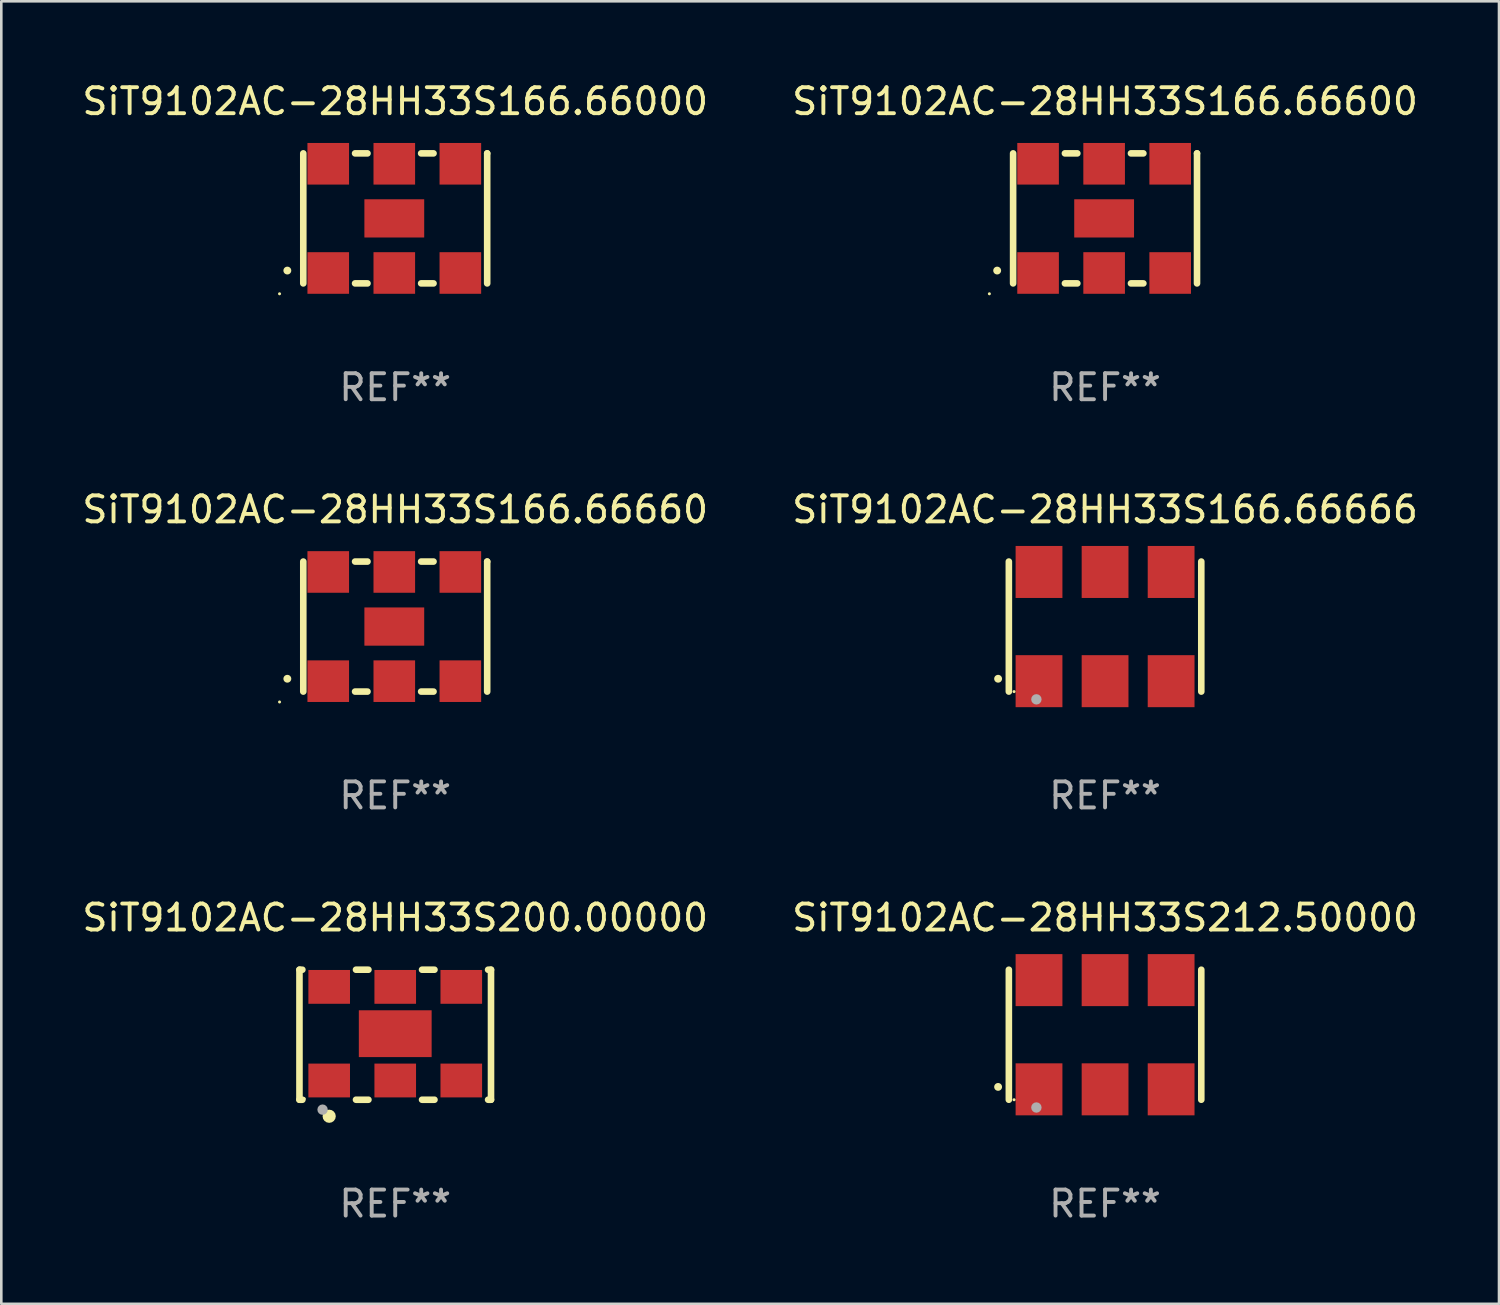
<source format=kicad_pcb>
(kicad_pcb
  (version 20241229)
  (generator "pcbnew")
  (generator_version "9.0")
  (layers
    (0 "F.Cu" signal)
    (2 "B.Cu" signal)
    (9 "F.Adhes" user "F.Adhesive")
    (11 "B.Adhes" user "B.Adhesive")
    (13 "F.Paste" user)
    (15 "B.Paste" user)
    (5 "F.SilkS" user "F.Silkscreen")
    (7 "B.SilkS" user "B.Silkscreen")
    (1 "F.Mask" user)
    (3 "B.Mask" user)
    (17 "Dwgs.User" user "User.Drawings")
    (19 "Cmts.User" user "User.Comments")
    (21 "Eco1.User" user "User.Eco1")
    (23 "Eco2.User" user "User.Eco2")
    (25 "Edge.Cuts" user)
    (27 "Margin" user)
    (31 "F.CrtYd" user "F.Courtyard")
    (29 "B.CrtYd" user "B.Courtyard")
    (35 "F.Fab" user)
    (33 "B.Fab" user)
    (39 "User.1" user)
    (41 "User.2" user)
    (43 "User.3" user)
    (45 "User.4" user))
  (footprint "SiT9102AC-28HH33S212.50000"
    (layer "F.Cu")
    (at 39.446 36.741)
    (property "Reference" "SiT9102AC-28HH33S212.50000" (at 0 -4.5 0) (layer "F.SilkS") (effects (font (size 1 1) (thickness 0.15))))
    (attr through_hole)
    (fp_line (start -3.7 -2.5) (end -3.7 2.5) (stroke (width 0.254) (type solid)) (layer "F.SilkS"))
    (fp_line (start 3.7 -2.5) (end 3.7 2.5) (stroke (width 0.254) (type solid)) (layer "F.SilkS"))
    (fp_arc (start -4.114415 2.006604) (mid -4.113145 2.006599) (end -4.111875 2.006604) (stroke (width 0.3) (type solid)) (layer "F.SilkS"))
    (fp_circle (center -3.5 2.501) (end -3.47 2.501) (stroke (width 0.06) (type solid)) (fill no) (layer "F.SilkS"))
    (fp_circle (center -2.641 2.799) (end -2.541 2.799) (stroke (width 0.2) (type solid)) (fill no) (layer "F.Fab"))
    (fp_text user "REF**" (at 0 6.5 0) (layer "F.Fab") (effects (font (size 1 1) (thickness 0.15))))
    (pad "1" smd rect (at -2.54 2.1) (size 1.8 2) (layers "F.Cu" "F.Mask" "F.Paste"))
    (pad "2" smd rect (at 0.000394 2.1) (size 1.8 2) (layers "F.Cu" "F.Mask" "F.Paste"))
    (pad "3" smd rect (at 2.54 2.1) (size 1.8 2) (layers "F.Cu" "F.Mask" "F.Paste"))
    (pad "4" smd rect (at 2.54 -2.1) (size 1.8 2) (layers "F.Cu" "F.Mask" "F.Paste"))
    (pad "5" smd rect (at 0.000394 -2.1) (size 1.8 2) (layers "F.Cu" "F.Mask" "F.Paste"))
    (pad "6" smd rect (at -2.54 -2.1) (size 1.8 2) (layers "F.Cu" "F.Mask" "F.Paste")))
  (footprint "SiT9102AC-28HH33S166.66000"
    (layer "F.Cu")
    (at 12.149 5.348)
    (property "Reference" "SiT9102AC-28HH33S166.66000" (at 0 -4.5 0) (layer "F.SilkS") (effects (font (size 1 1) (thickness 0.15))))
    (attr through_hole)
    (fp_line (start -3.536 -2.5) (end -3.536 2.5) (stroke (width 0.254) (type solid)) (layer "F.SilkS"))
    (fp_line (start -1.544 2.5) (end -1.067 2.5) (stroke (width 0.254) (type solid)) (layer "F.SilkS"))
    (fp_line (start -1.067 -2.5) (end -1.544 -2.5) (stroke (width 0.254) (type solid)) (layer "F.SilkS"))
    (fp_line (start 0.996 2.5) (end 1.473 2.5) (stroke (width 0.254) (type solid)) (layer "F.SilkS"))
    (fp_line (start 1.473 -2.5) (end 0.996 -2.5) (stroke (width 0.254) (type solid)) (layer "F.SilkS"))
    (fp_line (start 3.536 -2.5) (end 3.536 -2.5) (stroke (width 0.254) (type solid)) (layer "F.SilkS"))
    (fp_line (start 3.536 2.5) (end 3.536 -2.5) (stroke (width 0.254) (type solid)) (layer "F.SilkS"))
    (fp_arc (start -4.150432 2.006604) (mid -4.149162 2.006599) (end -4.147892 2.006604) (stroke (width 0.3) (type solid)) (layer "F.SilkS"))
    (fp_circle (center -4.449 2.9) (end -4.419 2.9) (stroke (width 0.06) (type solid)) (fill no) (layer "F.SilkS"))
    (fp_text user "REF**" (at 0 6.5 0) (layer "F.Fab") (effects (font (size 1 1) (thickness 0.15))))
    (pad "1" smd rect (at -2.576 2.1) (size 1.6 1.6) (layers "F.Cu" "F.Mask" "F.Paste"))
    (pad "2" smd rect (at -0.036 2.1) (size 1.6 1.6) (layers "F.Cu" "F.Mask" "F.Paste"))
    (pad "3" smd rect (at 2.504 2.1) (size 1.6 1.6) (layers "F.Cu" "F.Mask" "F.Paste"))
    (pad "4" smd rect (at 2.504 -2.1) (size 1.6 1.6) (layers "F.Cu" "F.Mask" "F.Paste"))
    (pad "5" smd rect (at -0.036 -2.1) (size 1.6 1.6) (layers "F.Cu" "F.Mask" "F.Paste"))
    (pad "6" smd rect (at -2.576 -2.1) (size 1.6 1.6) (layers "F.Cu" "F.Mask" "F.Paste"))
    (pad "7" smd rect (at -0.036 0) (size 2.3 1.47) (layers "F.Cu" "F.Mask" "F.Paste")))
  (footprint "SiT9102AC-28HH33S200.00000"
    (layer "F.Cu")
    (at 12.149 36.741)
    (property "Reference" "SiT9102AC-28HH33S200.00000" (at 0 -4.5 0) (layer "F.SilkS") (effects (font (size 1 1) (thickness 0.15))))
    (attr through_hole)
    (fp_line (start -3.683 -2.5) (end -3.571 -2.5) (stroke (width 0.254) (type solid)) (layer "F.SilkS"))
    (fp_line (start -3.683 2.5) (end -3.683 -2.5) (stroke (width 0.254) (type solid)) (layer "F.SilkS"))
    (fp_line (start -3.683 2.5) (end -3.571 2.5) (stroke (width 0.254) (type solid)) (layer "F.SilkS"))
    (fp_line (start -1.509 -2.5) (end -1.031 -2.5) (stroke (width 0.254) (type solid)) (layer "F.SilkS"))
    (fp_line (start -1.509 2.5) (end -1.031 2.5) (stroke (width 0.254) (type solid)) (layer "F.SilkS"))
    (fp_line (start 1.031 -2.5) (end 1.509 -2.5) (stroke (width 0.254) (type solid)) (layer "F.SilkS"))
    (fp_line (start 1.031 2.5) (end 1.509 2.5) (stroke (width 0.254) (type solid)) (layer "F.SilkS"))
    (fp_line (start 3.571 -2.5) (end 3.683 -2.5) (stroke (width 0.254) (type solid)) (layer "F.SilkS"))
    (fp_line (start 3.571 2.5) (end 3.683 2.5) (stroke (width 0.254) (type solid)) (layer "F.SilkS"))
    (fp_line (start 3.683 2.5) (end 3.683 -2.5) (stroke (width 0.254) (type solid)) (layer "F.SilkS"))
    (fp_circle (center -3.5 2.46) (end -3.47 2.46) (stroke (width 0.06) (type solid)) (fill no) (layer "F.SilkS"))
    (fp_circle (center -2.54 3.135) (end -2.413 3.135) (stroke (width 0.254) (type solid)) (fill no) (layer "F.SilkS"))
    (fp_circle (center -2.794 2.881) (end -2.694 2.881) (stroke (width 0.2) (type solid)) (fill no) (layer "F.Fab"))
    (fp_text user "REF**" (at 0 6.5 0) (layer "F.Fab") (effects (font (size 1 1) (thickness 0.15))))
    (pad "1" smd rect (at -2.54 1.76) (size 1.6 1.3) (layers "F.Cu" "F.Mask" "F.Paste"))
    (pad "2" smd rect (at 0 1.76) (size 1.6 1.3) (layers "F.Cu" "F.Mask" "F.Paste"))
    (pad "3" smd rect (at 2.54 1.76) (size 1.6 1.3) (layers "F.Cu" "F.Mask" "F.Paste"))
    (pad "4" smd rect (at 2.54 -1.84) (size 1.6 1.3) (layers "F.Cu" "F.Mask" "F.Paste"))
    (pad "5" smd rect (at 0 -1.84) (size 1.6 1.3) (layers "F.Cu" "F.Mask" "F.Paste"))
    (pad "6" smd rect (at -2.54 -1.84) (size 1.6 1.3) (layers "F.Cu" "F.Mask" "F.Paste"))
    (pad "7" smd rect (at 0 -0.04) (size 2.8 1.8) (layers "F.Cu" "F.Mask" "F.Paste")))
  (footprint "SiT9102AC-28HH33S166.66666"
    (layer "F.Cu")
    (at 39.446 21.045)
    (property "Reference" "SiT9102AC-28HH33S166.66666" (at 0 -4.5 0) (layer "F.SilkS") (effects (font (size 1 1) (thickness 0.15))))
    (attr through_hole)
    (fp_line (start -3.7 -2.5) (end -3.7 2.5) (stroke (width 0.254) (type solid)) (layer "F.SilkS"))
    (fp_line (start 3.7 -2.5) (end 3.7 2.5) (stroke (width 0.254) (type solid)) (layer "F.SilkS"))
    (fp_arc (start -4.114415 2.006604) (mid -4.113145 2.006599) (end -4.111875 2.006604) (stroke (width 0.3) (type solid)) (layer "F.SilkS"))
    (fp_circle (center -3.5 2.501) (end -3.47 2.501) (stroke (width 0.06) (type solid)) (fill no) (layer "F.SilkS"))
    (fp_circle (center -2.641 2.799) (end -2.541 2.799) (stroke (width 0.2) (type solid)) (fill no) (layer "F.Fab"))
    (fp_text user "REF**" (at 0 6.5 0) (layer "F.Fab") (effects (font (size 1 1) (thickness 0.15))))
    (pad "1" smd rect (at -2.54 2.1) (size 1.8 2) (layers "F.Cu" "F.Mask" "F.Paste"))
    (pad "2" smd rect (at 0.000394 2.1) (size 1.8 2) (layers "F.Cu" "F.Mask" "F.Paste"))
    (pad "3" smd rect (at 2.54 2.1) (size 1.8 2) (layers "F.Cu" "F.Mask" "F.Paste"))
    (pad "4" smd rect (at 2.54 -2.1) (size 1.8 2) (layers "F.Cu" "F.Mask" "F.Paste"))
    (pad "5" smd rect (at 0.000394 -2.1) (size 1.8 2) (layers "F.Cu" "F.Mask" "F.Paste"))
    (pad "6" smd rect (at -2.54 -2.1) (size 1.8 2) (layers "F.Cu" "F.Mask" "F.Paste")))
  (footprint "SiT9102AC-28HH33S166.66660"
    (layer "F.Cu")
    (at 12.149 21.045)
    (property "Reference" "SiT9102AC-28HH33S166.66660" (at 0 -4.5 0) (layer "F.SilkS") (effects (font (size 1 1) (thickness 0.15))))
    (attr through_hole)
    (fp_line (start -3.536 -2.5) (end -3.536 2.5) (stroke (width 0.254) (type solid)) (layer "F.SilkS"))
    (fp_line (start -1.544 2.5) (end -1.067 2.5) (stroke (width 0.254) (type solid)) (layer "F.SilkS"))
    (fp_line (start -1.067 -2.5) (end -1.544 -2.5) (stroke (width 0.254) (type solid)) (layer "F.SilkS"))
    (fp_line (start 0.996 2.5) (end 1.473 2.5) (stroke (width 0.254) (type solid)) (layer "F.SilkS"))
    (fp_line (start 1.473 -2.5) (end 0.996 -2.5) (stroke (width 0.254) (type solid)) (layer "F.SilkS"))
    (fp_line (start 3.536 -2.5) (end 3.536 -2.5) (stroke (width 0.254) (type solid)) (layer "F.SilkS"))
    (fp_line (start 3.536 2.5) (end 3.536 -2.5) (stroke (width 0.254) (type solid)) (layer "F.SilkS"))
    (fp_arc (start -4.150432 2.006604) (mid -4.149162 2.006599) (end -4.147892 2.006604) (stroke (width 0.3) (type solid)) (layer "F.SilkS"))
    (fp_circle (center -4.449 2.9) (end -4.419 2.9) (stroke (width 0.06) (type solid)) (fill no) (layer "F.SilkS"))
    (fp_text user "REF**" (at 0 6.5 0) (layer "F.Fab") (effects (font (size 1 1) (thickness 0.15))))
    (pad "1" smd rect (at -2.576 2.1) (size 1.6 1.6) (layers "F.Cu" "F.Mask" "F.Paste"))
    (pad "2" smd rect (at -0.036 2.1) (size 1.6 1.6) (layers "F.Cu" "F.Mask" "F.Paste"))
    (pad "3" smd rect (at 2.504 2.1) (size 1.6 1.6) (layers "F.Cu" "F.Mask" "F.Paste"))
    (pad "4" smd rect (at 2.504 -2.1) (size 1.6 1.6) (layers "F.Cu" "F.Mask" "F.Paste"))
    (pad "5" smd rect (at -0.036 -2.1) (size 1.6 1.6) (layers "F.Cu" "F.Mask" "F.Paste"))
    (pad "6" smd rect (at -2.576 -2.1) (size 1.6 1.6) (layers "F.Cu" "F.Mask" "F.Paste"))
    (pad "7" smd rect (at -0.036 0) (size 2.3 1.47) (layers "F.Cu" "F.Mask" "F.Paste")))
  (footprint "SiT9102AC-28HH33S166.66600"
    (layer "F.Cu")
    (at 39.446 5.348)
    (property "Reference" "SiT9102AC-28HH33S166.66600" (at 0 -4.5 0) (layer "F.SilkS") (effects (font (size 1 1) (thickness 0.15))))
    (attr through_hole)
    (fp_line (start -3.536 -2.5) (end -3.536 2.5) (stroke (width 0.254) (type solid)) (layer "F.SilkS"))
    (fp_line (start -1.544 2.5) (end -1.067 2.5) (stroke (width 0.254) (type solid)) (layer "F.SilkS"))
    (fp_line (start -1.067 -2.5) (end -1.544 -2.5) (stroke (width 0.254) (type solid)) (layer "F.SilkS"))
    (fp_line (start 0.996 2.5) (end 1.473 2.5) (stroke (width 0.254) (type solid)) (layer "F.SilkS"))
    (fp_line (start 1.473 -2.5) (end 0.996 -2.5) (stroke (width 0.254) (type solid)) (layer "F.SilkS"))
    (fp_line (start 3.536 -2.5) (end 3.536 -2.5) (stroke (width 0.254) (type solid)) (layer "F.SilkS"))
    (fp_line (start 3.536 2.5) (end 3.536 -2.5) (stroke (width 0.254) (type solid)) (layer "F.SilkS"))
    (fp_arc (start -4.150432 2.006604) (mid -4.149162 2.006599) (end -4.147892 2.006604) (stroke (width 0.3) (type solid)) (layer "F.SilkS"))
    (fp_circle (center -4.449 2.9) (end -4.419 2.9) (stroke (width 0.06) (type solid)) (fill no) (layer "F.SilkS"))
    (fp_text user "REF**" (at 0 6.5 0) (layer "F.Fab") (effects (font (size 1 1) (thickness 0.15))))
    (pad "1" smd rect (at -2.576 2.1) (size 1.6 1.6) (layers "F.Cu" "F.Mask" "F.Paste"))
    (pad "2" smd rect (at -0.036 2.1) (size 1.6 1.6) (layers "F.Cu" "F.Mask" "F.Paste"))
    (pad "3" smd rect (at 2.504 2.1) (size 1.6 1.6) (layers "F.Cu" "F.Mask" "F.Paste"))
    (pad "4" smd rect (at 2.504 -2.1) (size 1.6 1.6) (layers "F.Cu" "F.Mask" "F.Paste"))
    (pad "5" smd rect (at -0.036 -2.1) (size 1.6 1.6) (layers "F.Cu" "F.Mask" "F.Paste"))
    (pad "6" smd rect (at -2.576 -2.1) (size 1.6 1.6) (layers "F.Cu" "F.Mask" "F.Paste"))
    (pad "7" smd rect (at -0.036 0) (size 2.3 1.47) (layers "F.Cu" "F.Mask" "F.Paste")))
  (gr_rect
    (start -3 -3)
    (end 54.595 47.09)
    (stroke (width 0.1) (type default))
    (fill no)
    (layer "Edge.Cuts")))
</source>
